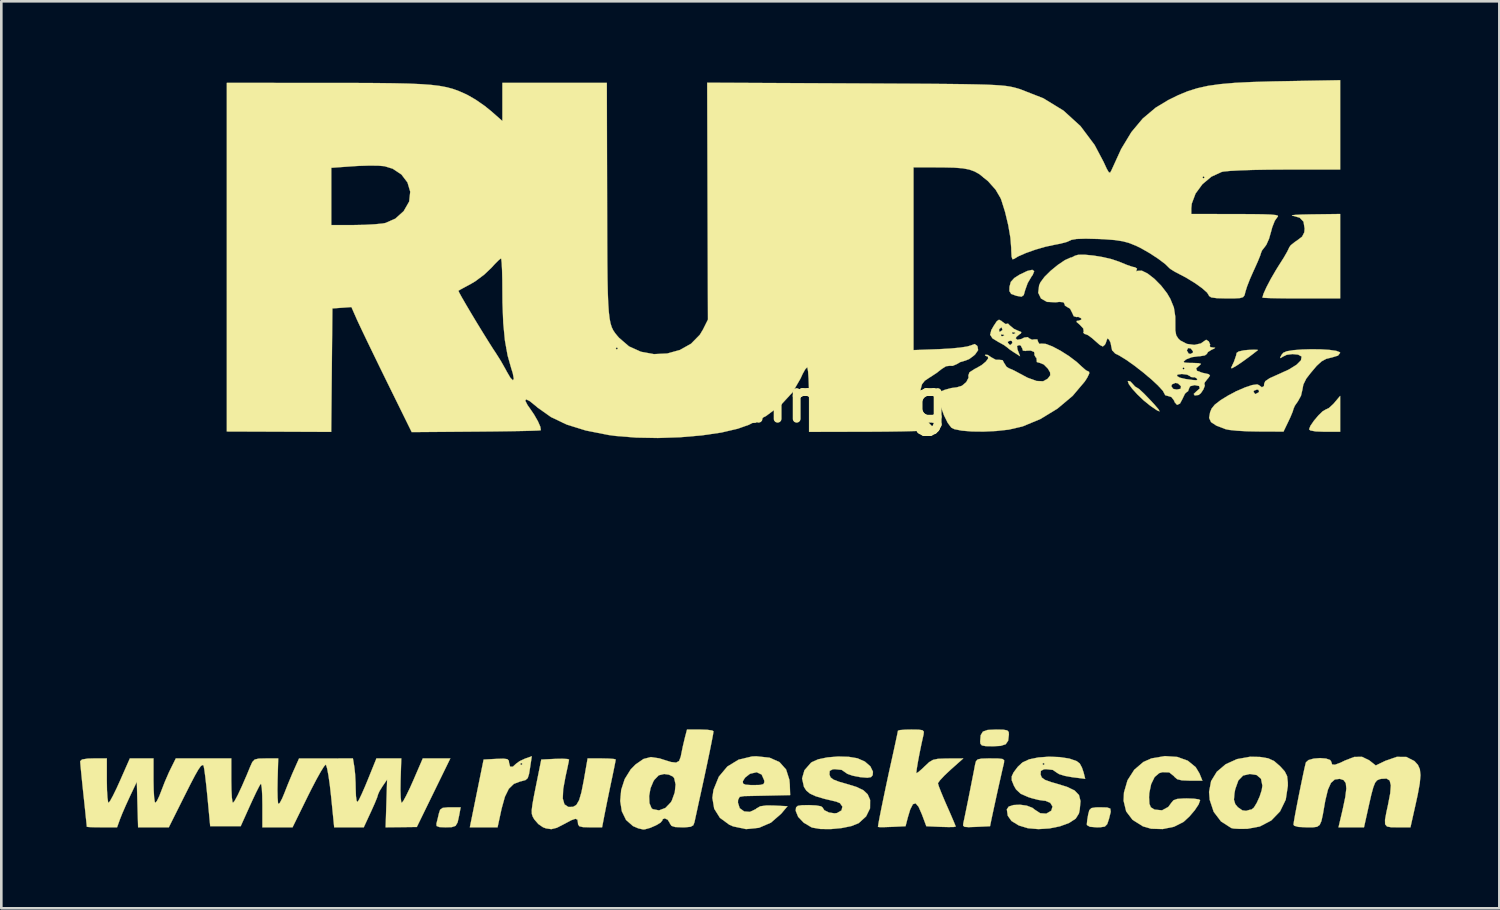
<source format=kicad_pcb>
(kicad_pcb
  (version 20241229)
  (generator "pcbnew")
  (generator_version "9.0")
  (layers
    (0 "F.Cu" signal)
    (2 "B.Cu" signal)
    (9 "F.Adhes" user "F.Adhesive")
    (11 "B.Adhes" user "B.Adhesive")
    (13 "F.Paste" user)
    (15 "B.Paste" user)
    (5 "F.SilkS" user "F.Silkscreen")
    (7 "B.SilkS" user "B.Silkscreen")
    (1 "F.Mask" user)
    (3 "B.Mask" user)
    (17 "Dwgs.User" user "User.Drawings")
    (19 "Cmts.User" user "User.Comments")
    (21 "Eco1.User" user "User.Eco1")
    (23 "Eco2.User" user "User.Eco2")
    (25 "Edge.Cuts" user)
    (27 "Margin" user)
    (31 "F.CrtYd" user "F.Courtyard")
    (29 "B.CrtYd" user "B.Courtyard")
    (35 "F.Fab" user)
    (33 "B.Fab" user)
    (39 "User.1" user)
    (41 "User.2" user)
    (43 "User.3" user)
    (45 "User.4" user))
  (footprint "Mountain_logo"
    (layer "F.Cu")
    (at 26.251 12.215)
    (property "Reference" "Mountain_logo" (at 0 0 0) (layer "F.SilkS") (effects (font (size 1.524 1.524) (thickness 0.3))))
    (attr through_hole)
    (fp_poly (pts (xy 18.61 -1.936) (xy 18.625 -1.926) (xy 18.303 -1.678) (xy 18.016 -1.47) (xy 17.787 -1.317) (xy 17.641 -1.236) (xy 17.601 -1.243) (xy 17.604 -1.249) (xy 17.716 -1.492) (xy 17.796 -1.724) (xy 17.815 -1.82) (xy 17.896 -1.874) (xy 18.094 -1.917) (xy 18.244 -1.932) (xy 18.475 -1.941) (xy 18.61 -1.936)) (stroke (width 0.01) (type solid)) (fill yes) (layer "F.SilkS"))
    (fp_poly (pts (xy 21.759 1.185) (xy 21.167 1.185) (xy 20.825 1.172) (xy 20.624 1.135) (xy 20.574 1.092) (xy 20.627 0.958) (xy 20.759 0.766) (xy 20.927 0.566) (xy 21.09 0.407) (xy 21.205 0.339) (xy 21.209 0.339) (xy 21.331 0.279) (xy 21.495 0.129) (xy 21.54 0.078) (xy 21.759 -0.182) (xy 21.759 1.185)) (stroke (width 0.01) (type solid)) (fill yes) (layer "F.SilkS"))
    (fp_poly (pts (xy -11.809 15.811) (xy -11.866 16.068) (xy -11.943 16.2) (xy -12.088 16.249) (xy -12.33 16.256) (xy -12.564 16.246) (xy -12.667 16.206) (xy -12.674 16.119) (xy -12.671 16.108) (xy -12.622 15.912) (xy -12.579 15.727) (xy -12.531 15.583) (xy -12.435 15.515) (xy -12.241 15.495) (xy -12.139 15.494) (xy -11.75 15.494) (xy -11.809 15.811)) (stroke (width 0.01) (type solid)) (fill yes) (layer "F.SilkS"))
    (fp_poly (pts (xy 8.924 12.536) (xy 9.073 12.562) (xy 9.131 12.624) (xy 9.138 12.721) (xy 9.109 12.956) (xy 9.016 13.091) (xy 8.823 13.153) (xy 8.53 13.168) (xy 8.255 13.163) (xy 8.109 13.136) (xy 8.052 13.071) (xy 8.043 12.984) (xy 8.063 12.747) (xy 8.147 12.609) (xy 8.328 12.546) (xy 8.642 12.531) (xy 8.645 12.531) (xy 8.924 12.536)) (stroke (width 0.01) (type solid)) (fill yes) (layer "F.SilkS"))
    (fp_poly (pts (xy 10.102 -4.935) (xy 10.047 -4.794) (xy 9.999 -4.728) (xy 9.853 -4.479) (xy 9.758 -4.214) (xy 9.704 -4.023) (xy 9.62 -3.961) (xy 9.446 -3.99) (xy 9.414 -3.998) (xy 9.225 -4.067) (xy 9.157 -4.174) (xy 9.16 -4.336) (xy 9.21 -4.525) (xy 9.344 -4.673) (xy 9.551 -4.804) (xy 9.841 -4.942) (xy 10.029 -4.985) (xy 10.102 -4.935)) (stroke (width 0.01) (type solid)) (fill yes) (layer "F.SilkS"))
    (fp_poly (pts (xy 12.881 15.5) (xy 13.002 15.543) (xy 13.018 15.665) (xy 12.958 15.907) (xy 12.95 15.938) (xy 12.884 16.135) (xy 12.794 16.227) (xy 12.622 16.254) (xy 12.484 16.256) (xy 12.226 16.236) (xy 12.114 16.172) (xy 12.107 16.14) (xy 12.123 15.977) (xy 12.16 15.759) (xy 12.203 15.6) (xy 12.283 15.522) (xy 12.45 15.496) (xy 12.626 15.494) (xy 12.881 15.5)) (stroke (width 0.01) (type solid)) (fill yes) (layer "F.SilkS"))
    (fp_poly (pts (xy 13.76 -0.735) (xy 13.838 -0.656) (xy 13.945 -0.537) (xy 13.996 -0.508) (xy 14.097 -0.445) (xy 14.292 -0.263) (xy 14.568 0.024) (xy 14.684 0.15) (xy 14.842 0.335) (xy 14.878 0.409) (xy 14.788 0.373) (xy 14.572 0.227) (xy 14.512 0.184) (xy 14.272 -0.01) (xy 14.039 -0.232) (xy 13.841 -0.449) (xy 13.708 -0.629) (xy 13.669 -0.739) (xy 13.675 -0.75) (xy 13.76 -0.735)) (stroke (width 0.01) (type solid)) (fill yes) (layer "F.SilkS"))
    (fp_poly (pts (xy 21.759 -3.895) (xy 20.278 -3.895) (xy 19.798 -3.896) (xy 19.383 -3.901) (xy 19.06 -3.908) (xy 18.856 -3.918) (xy 18.796 -3.927) (xy 18.838 -4.073) (xy 18.951 -4.322) (xy 19.113 -4.632) (xy 19.305 -4.963) (xy 19.439 -5.178) (xy 19.614 -5.454) (xy 19.744 -5.68) (xy 19.809 -5.815) (xy 19.812 -5.831) (xy 19.878 -5.923) (xy 20.042 -6.053) (xy 20.108 -6.096) (xy 20.309 -6.249) (xy 20.393 -6.414) (xy 20.405 -6.558) (xy 20.363 -6.818) (xy 20.217 -6.971) (xy 19.939 -7.049) (xy 19.92 -7.064) (xy 20.047 -7.078) (xy 20.298 -7.09) (xy 20.651 -7.098) (xy 20.722 -7.099) (xy 21.759 -7.112) (xy 21.759 -3.895)) (stroke (width 0.01) (type solid)) (fill yes) (layer "F.SilkS"))
    (fp_poly (pts (xy 8.738 13.634) (xy 8.898 13.653) (xy 8.957 13.701) (xy 8.952 13.793) (xy 8.942 13.836) (xy 8.9 14.013) (xy 8.833 14.31) (xy 8.749 14.682) (xy 8.66 15.085) (xy 8.576 15.472) (xy 8.505 15.8) (xy 8.48 15.917) (xy 8.419 16.214) (xy 7.89 16.239) (xy 7.602 16.249) (xy 7.449 16.238) (xy 7.393 16.191) (xy 7.401 16.097) (xy 7.408 16.07) (xy 7.442 15.913) (xy 7.5 15.632) (xy 7.574 15.27) (xy 7.654 14.87) (xy 7.732 14.474) (xy 7.801 14.125) (xy 7.85 13.864) (xy 7.85 13.864) (xy 7.883 13.739) (xy 7.949 13.669) (xy 8.09 13.639) (xy 8.348 13.631) (xy 8.443 13.631) (xy 8.738 13.634)) (stroke (width 0.01) (type solid)) (fill yes) (layer "F.SilkS"))
    (fp_poly (pts (xy -9.1 13.95) (xy -9.145 14.226) (xy -9.194 14.38) (xy -9.278 14.455) (xy -9.425 14.496) (xy -9.474 14.506) (xy -9.724 14.601) (xy -9.915 14.787) (xy -10.064 15.091) (xy -10.188 15.537) (xy -10.198 15.582) (xy -10.344 16.256) (xy -11.4 16.256) (xy -11.138 14.965) (xy -10.875 13.674) (xy -10.391 13.648) (xy -10.116 13.64) (xy -9.971 13.659) (xy -9.914 13.718) (xy -9.906 13.796) (xy -9.866 13.946) (xy -9.761 13.945) (xy -9.657 13.85) (xy -9.649 13.843) (xy -9.483 13.843) (xy -9.44 13.885) (xy -9.398 13.843) (xy -9.44 13.801) (xy -9.483 13.843) (xy -9.649 13.843) (xy -9.508 13.737) (xy -9.299 13.639) (xy -9.04 13.549) (xy -9.1 13.95)) (stroke (width 0.01) (type solid)) (fill yes) (layer "F.SilkS"))
    (fp_poly (pts (xy 18.705 13.575) (xy 19.017 13.627) (xy 19.243 13.731) (xy 19.467 13.925) (xy 19.649 14.126) (xy 19.738 14.305) (xy 19.765 14.541) (xy 19.766 14.674) (xy 19.686 15.202) (xy 19.469 15.649) (xy 19.133 15.996) (xy 18.697 16.224) (xy 18.225 16.312) (xy 17.936 16.316) (xy 17.704 16.303) (xy 17.611 16.283) (xy 17.22 16.032) (xy 16.941 15.666) (xy 16.789 15.208) (xy 16.789 15.206) (xy 17.712 15.206) (xy 17.763 15.373) (xy 17.862 15.491) (xy 18.032 15.609) (xy 18.174 15.628) (xy 18.333 15.583) (xy 18.378 15.579) (xy 18.471 15.506) (xy 18.583 15.323) (xy 18.691 15.084) (xy 18.77 14.841) (xy 18.796 14.668) (xy 18.744 14.407) (xy 18.578 14.264) (xy 18.315 14.224) (xy 18.061 14.283) (xy 17.88 14.471) (xy 17.762 14.801) (xy 17.733 14.956) (xy 17.712 15.206) (xy 16.789 15.206) (xy 16.764 14.908) (xy 16.842 14.494) (xy 17.061 14.137) (xy 17.398 13.852) (xy 17.828 13.657) (xy 18.328 13.567) (xy 18.705 13.575)) (stroke (width 0.01) (type solid)) (fill yes) (layer "F.SilkS"))
    (fp_poly (pts (xy 15.553 13.574) (xy 15.953 13.717) (xy 16.255 13.964) (xy 16.399 14.203) (xy 16.51 14.478) (xy 16.023 14.478) (xy 15.726 14.466) (xy 15.549 14.422) (xy 15.444 14.332) (xy 15.429 14.309) (xy 15.247 14.163) (xy 14.985 14.155) (xy 14.863 14.192) (xy 14.69 14.34) (xy 14.558 14.609) (xy 14.486 14.952) (xy 14.478 15.111) (xy 14.491 15.358) (xy 14.546 15.493) (xy 14.67 15.571) (xy 14.695 15.581) (xy 14.973 15.608) (xy 15.211 15.479) (xy 15.326 15.323) (xy 15.408 15.226) (xy 15.552 15.174) (xy 15.805 15.156) (xy 15.92 15.155) (xy 16.187 15.165) (xy 16.37 15.19) (xy 16.425 15.219) (xy 16.367 15.382) (xy 16.218 15.606) (xy 16.016 15.843) (xy 15.799 16.043) (xy 15.789 16.051) (xy 15.43 16.233) (xy 14.996 16.322) (xy 14.556 16.309) (xy 14.247 16.22) (xy 13.85 15.971) (xy 13.606 15.649) (xy 13.508 15.245) (xy 13.522 14.931) (xy 13.657 14.464) (xy 13.913 14.064) (xy 14.261 13.766) (xy 14.568 13.63) (xy 15.082 13.542) (xy 15.553 13.574)) (stroke (width 0.01) (type solid)) (fill yes) (layer "F.SilkS"))
    (fp_poly (pts (xy -6.102 13.637) (xy -5.908 13.652) (xy -5.842 13.671) (xy -5.858 13.766) (xy -5.902 13.988) (xy -5.966 14.299) (xy -6.008 14.497) (xy -6.095 14.913) (xy -6.181 15.332) (xy -6.251 15.683) (xy -6.268 15.769) (xy -6.362 16.256) (xy -6.822 16.256) (xy -7.089 16.248) (xy -7.227 16.216) (xy -7.277 16.144) (xy -7.281 16.087) (xy -7.3 15.964) (xy -7.376 15.93) (xy -7.536 15.985) (xy -7.802 16.128) (xy -8.085 16.273) (xy -8.296 16.326) (xy -8.498 16.296) (xy -8.61 16.255) (xy -8.79 16.131) (xy -8.944 15.954) (xy -9.004 15.851) (xy -9.038 15.745) (xy -9.042 15.602) (xy -9.016 15.388) (xy -8.959 15.07) (xy -8.885 14.7) (xy -8.678 13.674) (xy -8.149 13.648) (xy -7.875 13.643) (xy -7.684 13.653) (xy -7.62 13.674) (xy -7.638 13.776) (xy -7.684 13.997) (xy -7.748 14.289) (xy -7.753 14.308) (xy -7.844 14.805) (xy -7.859 15.16) (xy -7.795 15.38) (xy -7.652 15.477) (xy -7.637 15.479) (xy -7.468 15.477) (xy -7.339 15.399) (xy -7.237 15.222) (xy -7.149 14.923) (xy -7.061 14.478) (xy -7.06 14.472) (xy -6.913 13.631) (xy -6.378 13.631) (xy -6.102 13.637)) (stroke (width 0.01) (type solid)) (fill yes) (layer "F.SilkS"))
    (fp_poly (pts (xy 0.019 13.603) (xy 0.397 13.77) (xy 0.649 14.052) (xy 0.775 14.446) (xy 0.79 14.622) (xy 0.804 15.028) (xy 0.042 15.045) (xy -0.33 15.053) (xy -0.662 15.06) (xy -0.9 15.065) (xy -0.953 15.066) (xy -1.12 15.095) (xy -1.18 15.209) (xy -1.185 15.316) (xy -1.118 15.527) (xy -0.948 15.65) (xy -0.729 15.667) (xy -0.509 15.564) (xy -0.474 15.532) (xy -0.334 15.454) (xy -0.096 15.422) (xy 0.18 15.426) (xy 0.703 15.452) (xy 0.461 15.739) (xy 0.073 16.077) (xy -0.384 16.274) (xy -0.876 16.324) (xy -1.369 16.22) (xy -1.514 16.157) (xy -1.871 15.896) (xy -2.09 15.547) (xy -2.16 15.132) (xy -2.118 14.829) (xy -1.985 14.502) (xy -1 14.502) (xy -0.991 14.588) (xy -0.895 14.632) (xy -0.677 14.647) (xy -0.593 14.647) (xy -0.338 14.641) (xy -0.213 14.609) (xy -0.179 14.535) (xy -0.185 14.465) (xy -0.282 14.246) (xy -0.47 14.157) (xy -0.715 14.213) (xy -0.741 14.227) (xy -0.914 14.363) (xy -1 14.502) (xy -1.985 14.502) (xy -1.914 14.328) (xy -1.589 13.94) (xy -1.161 13.678) (xy -0.648 13.556) (xy -0.484 13.549) (xy 0.019 13.603)) (stroke (width 0.01) (type solid)) (fill yes) (layer "F.SilkS"))
    (fp_poly (pts (xy 5.701 12.535) (xy 5.848 12.557) (xy 5.898 12.612) (xy 5.887 12.715) (xy 5.886 12.721) (xy 5.807 13.075) (xy 5.733 13.437) (xy 5.671 13.766) (xy 5.628 14.024) (xy 5.611 14.172) (xy 5.613 14.193) (xy 5.683 14.155) (xy 5.83 14.028) (xy 5.932 13.929) (xy 6.098 13.774) (xy 6.246 13.686) (xy 6.434 13.646) (xy 6.719 13.635) (xy 6.811 13.634) (xy 7.4 13.631) (xy 6.917 14.061) (xy 6.686 14.278) (xy 6.516 14.459) (xy 6.437 14.569) (xy 6.435 14.579) (xy 6.467 14.69) (xy 6.555 14.917) (xy 6.682 15.222) (xy 6.773 15.43) (xy 6.917 15.757) (xy 7.03 16.021) (xy 7.099 16.189) (xy 7.112 16.228) (xy 7.035 16.243) (xy 6.833 16.246) (xy 6.552 16.239) (xy 5.992 16.214) (xy 5.826 15.769) (xy 5.697 15.474) (xy 5.584 15.342) (xy 5.481 15.375) (xy 5.379 15.574) (xy 5.288 15.875) (xy 5.2 16.214) (xy 4.674 16.239) (xy 4.401 16.248) (xy 4.211 16.248) (xy 4.149 16.239) (xy 4.166 16.123) (xy 4.212 15.873) (xy 4.282 15.521) (xy 4.369 15.099) (xy 4.466 14.637) (xy 4.566 14.168) (xy 4.652 13.78) (xy 4.745 13.359) (xy 4.823 12.999) (xy 4.88 12.732) (xy 4.909 12.589) (xy 4.911 12.574) (xy 4.988 12.551) (xy 5.188 12.535) (xy 5.42 12.531) (xy 5.701 12.535)) (stroke (width 0.01) (type solid)) (fill yes) (layer "F.SilkS"))
    (fp_poly (pts (xy 3.036 13.57) (xy 3.366 13.625) (xy 3.651 13.751) (xy 3.86 13.933) (xy 3.959 14.137) (xy 3.948 14.269) (xy 3.885 14.343) (xy 3.747 14.367) (xy 3.491 14.346) (xy 3.452 14.341) (xy 3.183 14.288) (xy 2.983 14.218) (xy 2.921 14.174) (xy 2.767 14.068) (xy 2.51 14.041) (xy 2.428 14.045) (xy 2.311 14.106) (xy 2.301 14.245) (xy 2.343 14.353) (xy 2.456 14.439) (xy 2.674 14.522) (xy 2.921 14.592) (xy 3.325 14.715) (xy 3.593 14.843) (xy 3.756 14.996) (xy 3.845 15.198) (xy 3.85 15.217) (xy 3.847 15.535) (xy 3.697 15.84) (xy 3.42 16.092) (xy 3.406 16.101) (xy 3.137 16.208) (xy 2.766 16.284) (xy 2.354 16.323) (xy 1.965 16.32) (xy 1.66 16.269) (xy 1.609 16.251) (xy 1.32 16.079) (xy 1.109 15.858) (xy 1.017 15.632) (xy 1.016 15.606) (xy 1.029 15.497) (xy 1.094 15.438) (xy 1.25 15.414) (xy 1.524 15.409) (xy 1.792 15.422) (xy 1.976 15.454) (xy 2.032 15.491) (xy 2.106 15.605) (xy 2.282 15.691) (xy 2.494 15.723) (xy 2.59 15.711) (xy 2.76 15.611) (xy 2.795 15.468) (xy 2.7 15.334) (xy 2.561 15.277) (xy 2.1 15.168) (xy 1.776 15.071) (xy 1.559 14.971) (xy 1.42 14.856) (xy 1.33 14.716) (xy 1.258 14.394) (xy 1.348 14.081) (xy 1.592 13.801) (xy 1.626 13.775) (xy 1.868 13.666) (xy 2.221 13.592) (xy 2.629 13.558) (xy 3.036 13.57)) (stroke (width 0.01) (type solid)) (fill yes) (layer "F.SilkS"))
    (fp_poly (pts (xy 11.07 13.58) (xy 11.438 13.636) (xy 11.719 13.733) (xy 11.837 13.823) (xy 11.922 13.981) (xy 11.985 14.168) (xy 12.045 14.408) (xy 11.547 14.346) (xy 11.265 14.295) (xy 11.049 14.228) (xy 10.965 14.175) (xy 10.812 14.069) (xy 10.556 14.041) (xy 10.472 14.045) (xy 10.355 14.106) (xy 10.345 14.244) (xy 10.39 14.358) (xy 10.513 14.448) (xy 10.75 14.534) (xy 10.909 14.578) (xy 11.35 14.713) (xy 11.642 14.853) (xy 11.808 15.026) (xy 11.866 15.256) (xy 11.838 15.57) (xy 11.807 15.726) (xy 11.684 15.924) (xy 11.43 16.09) (xy 11.083 16.217) (xy 10.682 16.298) (xy 10.262 16.324) (xy 9.862 16.29) (xy 9.519 16.186) (xy 9.517 16.185) (xy 9.237 16.015) (xy 9.095 15.815) (xy 9.059 15.572) (xy 9.132 15.465) (xy 9.317 15.406) (xy 9.562 15.395) (xy 9.818 15.43) (xy 10.033 15.512) (xy 10.118 15.579) (xy 10.33 15.718) (xy 10.563 15.734) (xy 10.753 15.621) (xy 10.8 15.464) (xy 10.715 15.323) (xy 10.53 15.245) (xy 10.461 15.24) (xy 10.272 15.213) (xy 10.005 15.145) (xy 9.873 15.103) (xy 9.587 14.977) (xy 9.411 14.812) (xy 9.331 14.674) (xy 9.246 14.464) (xy 9.246 14.314) (xy 9.316 14.163) (xy 9.48 13.947) (xy 9.593 13.843) (xy 10.414 13.843) (xy 10.456 13.885) (xy 10.499 13.843) (xy 10.456 13.801) (xy 10.414 13.843) (xy 9.593 13.843) (xy 9.658 13.783) (xy 9.91 13.666) (xy 10.26 13.594) (xy 10.662 13.565) (xy 11.07 13.58)) (stroke (width 0.01) (type solid)) (fill yes) (layer "F.SilkS"))
    (fp_poly (pts (xy -2.354 12.54) (xy -2.172 12.565) (xy -2.117 12.594) (xy -2.134 12.717) (xy -2.184 12.981) (xy -2.26 13.359) (xy -2.358 13.829) (xy -2.472 14.364) (xy -2.589 14.901) (xy -2.678 15.304) (xy -2.755 15.661) (xy -2.814 15.931) (xy -2.843 16.066) (xy -2.887 16.179) (xy -2.99 16.236) (xy -3.197 16.255) (xy -3.312 16.256) (xy -3.575 16.245) (xy -3.716 16.201) (xy -3.78 16.107) (xy -3.785 16.087) (xy -3.862 15.967) (xy -3.973 15.914) (xy -4.054 15.948) (xy -4.064 15.992) (xy -4.135 16.078) (xy -4.31 16.181) (xy -4.528 16.276) (xy -4.73 16.332) (xy -4.796 16.337) (xy -4.983 16.295) (xy -5.185 16.208) (xy -5.448 15.976) (xy -5.609 15.646) (xy -5.671 15.252) (xy -5.654 15.065) (xy -4.569 15.065) (xy -4.557 15.335) (xy -4.479 15.524) (xy -4.432 15.564) (xy -4.193 15.61) (xy -3.948 15.517) (xy -3.743 15.303) (xy -3.704 15.236) (xy -3.592 14.924) (xy -3.561 14.623) (xy -3.613 14.388) (xy -3.658 14.326) (xy -3.813 14.25) (xy -3.998 14.224) (xy -4.202 14.273) (xy -4.368 14.444) (xy -4.404 14.499) (xy -4.517 14.768) (xy -4.569 15.065) (xy -5.654 15.065) (xy -5.634 14.831) (xy -5.5 14.418) (xy -5.271 14.049) (xy -5.086 13.861) (xy -4.784 13.652) (xy -4.502 13.579) (xy -4.177 13.629) (xy -4.059 13.667) (xy -3.74 13.767) (xy -3.541 13.79) (xy -3.427 13.726) (xy -3.365 13.566) (xy -3.349 13.483) (xy -3.285 13.17) (xy -3.21 12.854) (xy -3.209 12.848) (xy -3.126 12.531) (xy -2.621 12.531) (xy -2.354 12.54)) (stroke (width 0.01) (type solid)) (fill yes) (layer "F.SilkS"))
    (fp_poly (pts (xy 21.035 -1.954) (xy 21.361 -1.933) (xy 21.611 -1.897) (xy 21.746 -1.846) (xy 21.759 -1.821) (xy 21.678 -1.717) (xy 21.442 -1.645) (xy 21.42 -1.641) (xy 21.224 -1.592) (xy 21.049 -1.495) (xy 20.862 -1.324) (xy 20.633 -1.053) (xy 20.468 -0.839) (xy 20.356 -0.612) (xy 20.32 -0.418) (xy 20.267 -0.188) (xy 20.151 0.023) (xy 20.033 0.193) (xy 19.983 0.307) (xy 19.983 0.31) (xy 19.949 0.421) (xy 19.863 0.629) (xy 19.792 0.78) (xy 19.6 1.179) (xy 18.627 1.175) (xy 18.211 1.167) (xy 17.834 1.146) (xy 17.543 1.116) (xy 17.399 1.088) (xy 17.045 0.953) (xy 16.84 0.818) (xy 16.766 0.657) (xy 16.804 0.441) (xy 16.863 0.299) (xy 16.985 0.15) (xy 17.209 -0.022) (xy 17.499 -0.2) (xy 17.765 -0.339) (xy 18.457 -0.339) (xy 18.518 -0.256) (xy 18.537 -0.254) (xy 18.652 -0.316) (xy 18.669 -0.339) (xy 18.65 -0.411) (xy 18.589 -0.423) (xy 18.473 -0.379) (xy 18.457 -0.339) (xy 17.765 -0.339) (xy 17.818 -0.366) (xy 18.132 -0.503) (xy 18.404 -0.594) (xy 18.599 -0.62) (xy 18.672 -0.587) (xy 18.777 -0.509) (xy 18.857 -0.558) (xy 18.863 -0.643) (xy 18.906 -0.743) (xy 19.079 -0.859) (xy 19.4 -1.002) (xy 19.411 -1.007) (xy 19.808 -1.188) (xy 20.099 -1.369) (xy 20.265 -1.536) (xy 20.289 -1.673) (xy 20.283 -1.685) (xy 20.157 -1.754) (xy 19.945 -1.775) (xy 19.725 -1.748) (xy 19.575 -1.676) (xy 19.49 -1.621) (xy 19.473 -1.64) (xy 19.527 -1.747) (xy 19.594 -1.826) (xy 19.729 -1.883) (xy 19.979 -1.924) (xy 20.305 -1.949) (xy 20.67 -1.959) (xy 21.035 -1.954)) (stroke (width 0.01) (type solid)) (fill yes) (layer "F.SilkS"))
    (fp_poly (pts (xy 22.862 13.7) (xy 22.892 13.723) (xy 23.116 13.899) (xy 23.481 13.723) (xy 23.915 13.572) (xy 24.282 13.575) (xy 24.586 13.73) (xy 24.594 13.737) (xy 24.721 13.876) (xy 24.796 14.044) (xy 24.819 14.27) (xy 24.792 14.583) (xy 24.714 15.011) (xy 24.641 15.346) (xy 24.437 16.256) (xy 23.945 16.256) (xy 23.697 16.253) (xy 23.544 16.224) (xy 23.472 16.14) (xy 23.468 15.97) (xy 23.52 15.684) (xy 23.58 15.409) (xy 23.666 14.962) (xy 23.69 14.657) (xy 23.646 14.475) (xy 23.528 14.398) (xy 23.33 14.408) (xy 23.257 14.424) (xy 23.166 14.465) (xy 23.092 14.555) (xy 23.024 14.724) (xy 22.948 15.002) (xy 22.865 15.364) (xy 22.667 16.256) (xy 21.696 16.256) (xy 21.859 15.559) (xy 21.955 15.101) (xy 21.994 14.78) (xy 21.974 14.573) (xy 21.892 14.457) (xy 21.746 14.41) (xy 21.743 14.409) (xy 21.556 14.433) (xy 21.409 14.563) (xy 21.293 14.821) (xy 21.195 15.223) (xy 21.169 15.367) (xy 21.101 15.76) (xy 21.045 16.016) (xy 20.979 16.165) (xy 20.879 16.235) (xy 20.724 16.256) (xy 20.491 16.256) (xy 20.484 16.256) (xy 20.168 16.241) (xy 20.007 16.195) (xy 19.981 16.15) (xy 19.998 16.03) (xy 20.041 15.783) (xy 20.105 15.447) (xy 20.18 15.063) (xy 20.26 14.669) (xy 20.336 14.302) (xy 20.4 14.004) (xy 20.446 13.811) (xy 20.455 13.78) (xy 20.555 13.691) (xy 20.753 13.637) (xy 20.993 13.618) (xy 21.22 13.636) (xy 21.379 13.692) (xy 21.421 13.758) (xy 21.452 13.86) (xy 21.562 13.871) (xy 21.777 13.791) (xy 21.929 13.716) (xy 22.292 13.575) (xy 22.591 13.57) (xy 22.862 13.7)) (stroke (width 0.01) (type solid)) (fill yes) (layer "F.SilkS"))
    (fp_poly (pts (xy -14.039 14.478) (xy -14.044 14.833) (xy -14.035 15.115) (xy -14.015 15.288) (xy -13.996 15.325) (xy -13.936 15.252) (xy -13.828 15.054) (xy -13.687 14.764) (xy -13.559 14.478) (xy -13.193 13.631) (xy -12.144 13.631) (xy -12.782 14.937) (xy -13.42 16.243) (xy -14.014 16.25) (xy -14.609 16.256) (xy -14.58 15.346) (xy -14.552 14.436) (xy -14.726 14.69) (xy -14.842 14.877) (xy -14.899 15.005) (xy -14.901 15.017) (xy -14.934 15.124) (xy -15.023 15.341) (xy -15.149 15.623) (xy -15.172 15.673) (xy -15.442 16.256) (xy -16.568 16.256) (xy -16.687 15.068) (xy -16.735 14.641) (xy -16.787 14.28) (xy -16.837 14.016) (xy -16.879 13.88) (xy -16.891 13.868) (xy -16.955 13.935) (xy -17.078 14.131) (xy -17.244 14.428) (xy -17.439 14.802) (xy -17.566 15.055) (xy -18.155 16.256) (xy -19.304 16.256) (xy -19.304 15.395) (xy -19.31 15.045) (xy -19.325 14.776) (xy -19.348 14.62) (xy -19.367 14.597) (xy -19.427 14.697) (xy -19.538 14.915) (xy -19.68 15.216) (xy -19.781 15.437) (xy -20.131 16.214) (xy -21.292 16.214) (xy -21.399 15.077) (xy -21.442 14.656) (xy -21.483 14.3) (xy -21.519 14.039) (xy -21.545 13.906) (xy -21.55 13.897) (xy -21.594 13.883) (xy -21.656 13.931) (xy -21.746 14.059) (xy -21.875 14.285) (xy -22.054 14.627) (xy -22.294 15.104) (xy -22.309 15.134) (xy -22.87 16.256) (xy -24.039 16.256) (xy -24.064 15.388) (xy -24.088 14.52) (xy -24.354 15.082) (xy -24.505 15.411) (xy -24.642 15.726) (xy -24.731 15.95) (xy -24.841 16.256) (xy -25.417 16.256) (xy -25.704 16.253) (xy -25.911 16.246) (xy -25.993 16.235) (xy -25.993 16.235) (xy -26.001 16.148) (xy -26.025 15.923) (xy -26.059 15.591) (xy -26.102 15.184) (xy -26.119 15.028) (xy -26.165 14.592) (xy -26.203 14.213) (xy -26.231 13.924) (xy -26.245 13.758) (xy -26.246 13.737) (xy -26.176 13.671) (xy -25.959 13.637) (xy -25.739 13.631) (xy -25.231 13.631) (xy -25.231 14.478) (xy -25.225 14.833) (xy -25.208 15.115) (xy -25.184 15.288) (xy -25.165 15.325) (xy -25.107 15.252) (xy -24.999 15.055) (xy -24.857 14.765) (xy -24.727 14.478) (xy -24.354 13.631) (xy -23.453 13.631) (xy -23.453 14.478) (xy -23.446 14.833) (xy -23.429 15.115) (xy -23.404 15.288) (xy -23.385 15.325) (xy -23.322 15.252) (xy -23.231 15.063) (xy -23.16 14.88) (xy -23.025 14.531) (xy -22.867 14.166) (xy -22.803 14.034) (xy -22.603 13.631) (xy -20.489 13.631) (xy -20.489 14.478) (xy -20.483 14.833) (xy -20.468 15.114) (xy -20.444 15.286) (xy -20.426 15.322) (xy -20.36 15.245) (xy -20.243 15.028) (xy -20.086 14.692) (xy -19.896 14.255) (xy -19.77 13.949) (xy -19.688 13.768) (xy -19.597 13.673) (xy -19.444 13.637) (xy -19.176 13.631) (xy -18.701 13.631) (xy -18.725 14.474) (xy -18.73 14.835) (xy -18.724 15.13) (xy -18.709 15.32) (xy -18.696 15.369) (xy -18.641 15.326) (xy -18.553 15.161) (xy -18.473 14.971) (xy -18.332 14.613) (xy -18.172 14.228) (xy -18.105 14.076) (xy -17.907 13.632) (xy -15.855 13.631) (xy -15.802 13.949) (xy -15.773 14.211) (xy -15.754 14.554) (xy -15.749 14.8) (xy -15.739 15.068) (xy -15.714 15.246) (xy -15.681 15.293) (xy -15.623 15.202) (xy -15.52 14.988) (xy -15.388 14.687) (xy -15.287 14.442) (xy -14.959 13.631) (xy -14.486 13.631) (xy -14.012 13.631) (xy -14.039 14.478)) (stroke (width 0.01) (type solid)) (fill yes) (layer "F.SilkS"))
    (fp_poly (pts (xy 8.853 -3.038) (xy 8.9 -2.997) (xy 9.018 -2.916) (xy 9.062 -2.929) (xy 9.105 -2.937) (xy 9.168 -2.87) (xy 9.33 -2.737) (xy 9.476 -2.669) (xy 9.61 -2.614) (xy 9.595 -2.56) (xy 9.539 -2.526) (xy 9.421 -2.426) (xy 9.398 -2.374) (xy 9.461 -2.319) (xy 9.612 -2.348) (xy 9.725 -2.405) (xy 9.859 -2.42) (xy 9.901 -2.379) (xy 10.02 -2.321) (xy 10.103 -2.335) (xy 10.222 -2.333) (xy 10.245 -2.255) (xy 10.296 -2.162) (xy 10.377 -2.173) (xy 10.541 -2.162) (xy 10.795 -2.066) (xy 11.102 -1.904) (xy 11.423 -1.701) (xy 11.719 -1.477) (xy 11.913 -1.297) (xy 12.07 -1.16) (xy 12.19 -1.101) (xy 12.192 -1.101) (xy 12.201 -1.039) (xy 12.126 -0.881) (xy 12.03 -0.731) (xy 11.567 -0.183) (xy 10.988 0.303) (xy 10.338 0.7) (xy 9.658 0.982) (xy 9.132 1.104) (xy 8.655 1.156) (xy 8.173 1.179) (xy 7.723 1.174) (xy 7.34 1.142) (xy 7.062 1.086) (xy 6.946 1.029) (xy 6.808 0.848) (xy 6.664 0.556) (xy 6.538 0.209) (xy 6.461 -0.095) (xy 6.456 -0.256) (xy 6.55 -0.353) (xy 6.693 -0.412) (xy 6.941 -0.48) (xy 7.153 -0.508) (xy 7.154 -0.508) (xy 7.346 -0.566) (xy 7.512 -0.705) (xy 7.6 -0.871) (xy 7.594 -0.961) (xy 7.636 -1.08) (xy 7.844 -1.214) (xy 7.886 -1.233) (xy 8.097 -1.353) (xy 8.261 -1.489) (xy 8.349 -1.61) (xy 8.336 -1.684) (xy 8.286 -1.693) (xy 8.226 -1.727) (xy 8.24 -1.749) (xy 8.336 -1.741) (xy 8.463 -1.654) (xy 8.641 -1.556) (xy 8.768 -1.556) (xy 8.899 -1.543) (xy 8.948 -1.448) (xy 9.049 -1.289) (xy 9.131 -1.238) (xy 9.333 -1.15) (xy 9.398 -1.115) (xy 9.847 -0.875) (xy 10.19 -0.75) (xy 10.442 -0.739) (xy 10.617 -0.837) (xy 10.62 -0.841) (xy 10.714 -0.966) (xy 10.707 -1.078) (xy 10.623 -1.221) (xy 10.47 -1.377) (xy 10.315 -1.439) (xy 10.202 -1.471) (xy 10.199 -1.518) (xy 10.188 -1.627) (xy 10.16 -1.651) (xy 10.106 -1.747) (xy 10.116 -1.775) (xy 10.097 -1.856) (xy 9.974 -1.907) (xy 9.816 -1.905) (xy 9.779 -1.893) (xy 9.671 -1.907) (xy 9.652 -1.981) (xy 9.589 -2.099) (xy 9.527 -2.117) (xy 9.447 -2.083) (xy 9.465 -1.955) (xy 9.483 -1.904) (xy 9.564 -1.692) (xy 9.333 -1.839) (xy 9.16 -1.956) (xy 9.061 -2.038) (xy 9.059 -2.039) (xy 8.962 -2.111) (xy 8.778 -2.215) (xy 8.747 -2.231) (xy 8.722 -2.246) (xy 9.095 -2.246) (xy 9.102 -2.201) (xy 9.174 -2.121) (xy 9.186 -2.117) (xy 9.254 -2.176) (xy 9.271 -2.201) (xy 9.251 -2.273) (xy 9.186 -2.286) (xy 9.095 -2.246) (xy 8.722 -2.246) (xy 8.513 -2.373) (xy 8.425 -2.509) (xy 8.425 -2.512) (xy 8.834 -2.512) (xy 8.845 -2.461) (xy 8.89 -2.455) (xy 8.96 -2.486) (xy 8.946 -2.512) (xy 8.846 -2.522) (xy 8.834 -2.512) (xy 8.425 -2.512) (xy 8.446 -2.596) (xy 9.257 -2.596) (xy 9.269 -2.546) (xy 9.313 -2.54) (xy 9.383 -2.571) (xy 9.37 -2.596) (xy 9.269 -2.607) (xy 9.257 -2.596) (xy 8.446 -2.596) (xy 8.467 -2.686) (xy 8.48 -2.709) (xy 8.763 -2.709) (xy 8.77 -2.631) (xy 8.8 -2.625) (xy 8.887 -2.686) (xy 8.89 -2.709) (xy 8.861 -2.792) (xy 8.853 -2.794) (xy 8.78 -2.735) (xy 8.763 -2.709) (xy 8.48 -2.709) (xy 8.555 -2.842) (xy 8.677 -3.026) (xy 8.761 -3.084) (xy 8.853 -3.038)) (stroke (width 0.01) (type solid)) (fill yes) (layer "F.SilkS"))
    (fp_poly (pts (xy 12.361 -5.528) (xy 12.718 -5.469) (xy 13.058 -5.389) (xy 13.338 -5.294) (xy 13.349 -5.289) (xy 13.621 -5.177) (xy 13.841 -5.101) (xy 13.943 -5.08) (xy 14.02 -5.032) (xy 14.004 -4.982) (xy 13.994 -4.925) (xy 14.045 -4.947) (xy 14.203 -4.952) (xy 14.423 -4.843) (xy 14.677 -4.646) (xy 14.934 -4.387) (xy 15.162 -4.093) (xy 15.289 -3.878) (xy 15.424 -3.547) (xy 15.477 -3.203) (xy 15.478 -2.973) (xy 15.479 -2.675) (xy 15.513 -2.49) (xy 15.595 -2.362) (xy 15.669 -2.293) (xy 15.919 -2.163) (xy 16.202 -2.124) (xy 16.452 -2.18) (xy 16.538 -2.241) (xy 16.654 -2.32) (xy 16.75 -2.261) (xy 16.755 -2.255) (xy 16.807 -2.132) (xy 16.791 -2.088) (xy 16.813 -2.041) (xy 16.898 -2.027) (xy 16.997 -2.015) (xy 16.947 -1.977) (xy 16.87 -1.945) (xy 16.723 -1.854) (xy 16.679 -1.781) (xy 16.605 -1.724) (xy 16.419 -1.693) (xy 16.362 -1.691) (xy 16.104 -1.656) (xy 15.897 -1.575) (xy 15.88 -1.564) (xy 15.797 -1.49) (xy 15.819 -1.453) (xy 15.97 -1.439) (xy 16.134 -1.437) (xy 16.371 -1.428) (xy 16.457 -1.402) (xy 16.412 -1.352) (xy 16.404 -1.348) (xy 16.271 -1.231) (xy 16.306 -1.136) (xy 16.507 -1.062) (xy 16.556 -1.052) (xy 16.749 -1.009) (xy 16.8 -0.958) (xy 16.734 -0.86) (xy 16.704 -0.828) (xy 16.604 -0.701) (xy 16.586 -0.647) (xy 16.603 -0.569) (xy 16.547 -0.426) (xy 16.452 -0.285) (xy 16.368 -0.217) (xy 16.218 -0.197) (xy 16.18 -0.256) (xy 16.278 -0.349) (xy 16.411 -0.467) (xy 16.384 -0.558) (xy 16.214 -0.593) (xy 16.043 -0.549) (xy 16.002 -0.466) (xy 15.961 -0.353) (xy 15.926 -0.339) (xy 15.848 -0.267) (xy 15.764 -0.095) (xy 15.761 -0.085) (xy 15.656 0.111) (xy 15.545 0.161) (xy 15.453 0.058) (xy 15.434 0) (xy 15.33 -0.138) (xy 15.23 -0.169) (xy 15.098 -0.205) (xy 15.071 -0.25) (xy 15.005 -0.374) (xy 14.845 -0.55) (xy 15.325 -0.55) (xy 15.398 -0.448) (xy 15.534 -0.423) (xy 15.684 -0.453) (xy 15.694 -0.55) (xy 15.578 -0.657) (xy 15.485 -0.677) (xy 15.353 -0.622) (xy 15.325 -0.55) (xy 14.845 -0.55) (xy 14.829 -0.568) (xy 14.573 -0.807) (xy 14.415 -0.94) (xy 15.541 -0.94) (xy 15.649 -0.876) (xy 15.87 -0.824) (xy 15.875 -0.824) (xy 16.144 -0.787) (xy 16.28 -0.779) (xy 16.318 -0.801) (xy 16.297 -0.848) (xy 16.2 -0.899) (xy 16.171 -0.889) (xy 16.068 -0.903) (xy 16.045 -0.93) (xy 15.931 -0.99) (xy 15.73 -1.016) (xy 15.726 -1.016) (xy 15.561 -0.993) (xy 15.541 -0.94) (xy 14.415 -0.94) (xy 14.265 -1.066) (xy 14.058 -1.228) (xy 15.748 -1.228) (xy 15.79 -1.185) (xy 15.833 -1.228) (xy 15.79 -1.27) (xy 15.748 -1.228) (xy 14.058 -1.228) (xy 13.937 -1.322) (xy 13.618 -1.549) (xy 13.338 -1.722) (xy 13.187 -1.796) (xy 13.08 -1.912) (xy 15.917 -1.912) (xy 15.986 -1.795) (xy 16.051 -1.778) (xy 16.15 -1.827) (xy 16.152 -1.879) (xy 16.068 -1.99) (xy 15.966 -2.005) (xy 15.917 -1.912) (xy 13.08 -1.912) (xy 13.069 -1.924) (xy 13.039 -2.067) (xy 13.012 -2.208) (xy 12.954 -2.325) (xy 12.896 -2.375) (xy 12.868 -2.312) (xy 12.826 -2.187) (xy 12.793 -2.128) (xy 12.716 -2.064) (xy 12.604 -2.121) (xy 12.547 -2.17) (xy 12.304 -2.384) (xy 12.146 -2.499) (xy 12.04 -2.539) (xy 12.021 -2.54) (xy 11.971 -2.593) (xy 11.988 -2.636) (xy 11.971 -2.75) (xy 11.844 -2.888) (xy 11.718 -2.997) (xy 11.724 -3.04) (xy 11.795 -3.046) (xy 11.898 -3.086) (xy 11.892 -3.138) (xy 11.776 -3.194) (xy 11.719 -3.184) (xy 11.608 -3.217) (xy 11.549 -3.347) (xy 11.468 -3.505) (xy 11.378 -3.556) (xy 11.272 -3.623) (xy 11.261 -3.675) (xy 11.217 -3.749) (xy 11.062 -3.763) (xy 10.92 -3.748) (xy 10.589 -3.763) (xy 10.361 -3.892) (xy 10.255 -4.11) (xy 10.289 -4.393) (xy 10.34 -4.508) (xy 10.494 -4.716) (xy 10.731 -4.95) (xy 11.005 -5.174) (xy 11.271 -5.353) (xy 11.484 -5.45) (xy 11.529 -5.457) (xy 11.636 -5.512) (xy 11.642 -5.517) (xy 11.778 -5.558) (xy 12.033 -5.56) (xy 12.361 -5.528)) (stroke (width 0.01) (type solid)) (fill yes) (layer "F.SilkS"))
    (fp_poly (pts (xy 21.759 -8.805) (xy 19.664 -8.805) (xy 19.028 -8.801) (xy 18.45 -8.791) (xy 17.956 -8.775) (xy 17.569 -8.754) (xy 17.316 -8.729) (xy 17.249 -8.716) (xy 16.855 -8.535) (xy 16.511 -8.247) (xy 16.249 -7.89) (xy 16.105 -7.506) (xy 16.087 -7.326) (xy 16.087 -7.112) (xy 17.801 -7.109) (xy 18.386 -7.107) (xy 18.818 -7.101) (xy 19.117 -7.09) (xy 19.3 -7.072) (xy 19.385 -7.048) (xy 19.389 -7.014) (xy 19.369 -6.996) (xy 19.268 -6.852) (xy 19.172 -6.608) (xy 19.129 -6.447) (xy 19.049 -6.168) (xy 18.949 -5.943) (xy 18.895 -5.868) (xy 18.781 -5.721) (xy 18.747 -5.636) (xy 18.71 -5.52) (xy 18.618 -5.296) (xy 18.49 -5.01) (xy 18.467 -4.962) (xy 18.326 -4.643) (xy 18.212 -4.351) (xy 18.148 -4.146) (xy 18.146 -4.137) (xy 18.116 -4.016) (xy 18.06 -3.944) (xy 17.942 -3.908) (xy 17.724 -3.896) (xy 17.431 -3.895) (xy 17.064 -3.904) (xy 16.847 -3.934) (xy 16.764 -3.988) (xy 16.762 -4) (xy 16.691 -4.116) (xy 16.504 -4.282) (xy 16.235 -4.475) (xy 15.919 -4.669) (xy 15.675 -4.799) (xy 15.446 -4.92) (xy 15.287 -5.02) (xy 15.249 -5.053) (xy 15.09 -5.209) (xy 14.826 -5.407) (xy 14.506 -5.617) (xy 14.176 -5.806) (xy 13.999 -5.893) (xy 13.738 -6) (xy 13.479 -6.072) (xy 13.173 -6.119) (xy 12.769 -6.15) (xy 12.552 -6.16) (xy 12.065 -6.172) (xy 11.717 -6.161) (xy 11.52 -6.127) (xy 11.491 -6.111) (xy 11.352 -6.05) (xy 11.106 -5.983) (xy 10.877 -5.939) (xy 10.526 -5.864) (xy 10.142 -5.752) (xy 9.777 -5.622) (xy 9.484 -5.493) (xy 9.335 -5.401) (xy 9.274 -5.387) (xy 9.241 -5.486) (xy 9.228 -5.723) (xy 9.227 -5.81) (xy 9.196 -6.206) (xy 9.113 -6.688) (xy 8.993 -7.188) (xy 8.852 -7.637) (xy 8.821 -7.716) (xy 8.633 -8.037) (xy 8.346 -8.36) (xy 8.163 -8.509) (xy 16.51 -8.509) (xy 16.552 -8.467) (xy 16.595 -8.509) (xy 16.552 -8.551) (xy 16.51 -8.509) (xy 8.163 -8.509) (xy 8.018 -8.627) (xy 7.832 -8.732) (xy 7.63 -8.805) (xy 7.382 -8.852) (xy 7.047 -8.878) (xy 6.589 -8.888) (xy 6.498 -8.888) (xy 5.503 -8.89) (xy 5.503 -1.926) (xy 6.498 -1.963) (xy 6.909 -1.986) (xy 7.272 -2.021) (xy 7.545 -2.062) (xy 7.679 -2.101) (xy 7.832 -2.158) (xy 7.923 -2.096) (xy 7.944 -2.061) (xy 7.965 -1.925) (xy 7.856 -1.767) (xy 7.809 -1.722) (xy 7.625 -1.585) (xy 7.468 -1.522) (xy 7.459 -1.521) (xy 7.285 -1.47) (xy 7.167 -1.4) (xy 6.995 -1.325) (xy 6.888 -1.329) (xy 6.742 -1.311) (xy 6.579 -1.208) (xy 6.372 -1.048) (xy 6.128 -0.889) (xy 6.117 -0.883) (xy 5.934 -0.761) (xy 5.827 -0.624) (xy 5.772 -0.422) (xy 5.747 -0.103) (xy 5.746 -0.085) (xy 5.769 0.244) (xy 5.891 0.549) (xy 5.955 0.656) (xy 6.102 0.863) (xy 6.226 0.993) (xy 6.271 1.016) (xy 6.322 1.067) (xy 6.31 1.096) (xy 6.214 1.119) (xy 5.965 1.14) (xy 5.581 1.157) (xy 5.079 1.17) (xy 4.476 1.179) (xy 3.892 1.183) (xy 1.524 1.189) (xy 1.524 -0.041) (xy 1.519 -0.475) (xy 1.506 -0.842) (xy 1.487 -1.112) (xy 1.462 -1.255) (xy 1.451 -1.27) (xy 1.38 -1.198) (xy 1.277 -1.014) (xy 1.202 -0.849) (xy 0.896 -0.319) (xy 0.448 0.166) (xy -0.116 0.586) (xy -0.769 0.919) (xy -1.194 1.069) (xy -1.82 1.215) (xy -2.567 1.324) (xy -3.387 1.394) (xy -4.235 1.422) (xy -5.065 1.407) (xy -5.831 1.346) (xy -6.116 1.308) (xy -6.98 1.137) (xy -7.703 0.913) (xy -8.308 0.625) (xy -8.817 0.265) (xy -8.895 0.197) (xy -9.123 0.014) (xy -9.257 -0.05) (xy -9.287 0.003) (xy -9.202 0.169) (xy -9.128 0.273) (xy -8.951 0.532) (xy -8.806 0.786) (xy -8.715 0.994) (xy -8.696 1.116) (xy -8.706 1.13) (xy -8.802 1.138) (xy -9.046 1.147) (xy -9.415 1.156) (xy -9.888 1.164) (xy -10.443 1.172) (xy -11.058 1.178) (xy -11.189 1.179) (xy -13.615 1.198) (xy -14.553 -0.707) (xy -14.824 -1.26) (xy -15.082 -1.791) (xy -15.314 -2.27) (xy -15.506 -2.671) (xy -15.645 -2.966) (xy -15.702 -3.089) (xy -15.912 -3.566) (xy -16.275 -3.54) (xy -16.637 -3.514) (xy -16.682 1.19) (xy -18.67 1.182) (xy -20.659 1.175) (xy -20.659 -4.188) (xy -11.836 -4.188) (xy -11.804 -4.114) (xy -11.699 -3.924) (xy -11.539 -3.648) (xy -11.341 -3.313) (xy -11.122 -2.949) (xy -10.898 -2.584) (xy -10.688 -2.246) (xy -10.509 -1.964) (xy -10.413 -1.82) (xy -10.223 -1.519) (xy -10.039 -1.195) (xy -10.001 -1.122) (xy -9.854 -0.869) (xy -9.758 -0.775) (xy -9.725 -0.834) (xy -9.763 -1.042) (xy -9.818 -1.217) (xy -9.961 -1.721) (xy -10.009 -1.99) (xy -5.842 -1.99) (xy -5.8 -1.947) (xy -5.757 -1.99) (xy -5.8 -2.032) (xy -5.842 -1.99) (xy -10.009 -1.99) (xy -10.063 -2.29) (xy -10.127 -2.954) (xy -10.157 -3.743) (xy -10.16 -4.144) (xy -10.163 -4.587) (xy -10.172 -4.963) (xy -10.186 -5.243) (xy -10.203 -5.397) (xy -10.213 -5.419) (xy -10.293 -5.36) (xy -10.445 -5.209) (xy -10.585 -5.056) (xy -10.852 -4.803) (xy -11.179 -4.558) (xy -11.358 -4.45) (xy -11.601 -4.319) (xy -11.775 -4.224) (xy -11.836 -4.188) (xy -20.659 -4.188) (xy -20.659 -8.872) (xy -16.679 -8.872) (xy -16.679 -6.689) (xy -15.812 -6.691) (xy -15.404 -6.699) (xy -15.024 -6.72) (xy -14.727 -6.749) (xy -14.617 -6.769) (xy -14.238 -6.935) (xy -13.92 -7.222) (xy -13.715 -7.58) (xy -13.711 -7.592) (xy -13.671 -7.961) (xy -13.776 -8.313) (xy -14.006 -8.616) (xy -14.338 -8.837) (xy -14.651 -8.933) (xy -14.891 -8.953) (xy -15.24 -8.956) (xy -15.641 -8.944) (xy -15.84 -8.932) (xy -16.679 -8.872) (xy -20.659 -8.872) (xy -20.659 -12.107) (xy -16.828 -12.106) (xy -15.842 -12.105) (xy -15.009 -12.101) (xy -14.312 -12.093) (xy -13.734 -12.08) (xy -13.259 -12.059) (xy -12.868 -12.03) (xy -12.547 -11.991) (xy -12.277 -11.94) (xy -12.043 -11.877) (xy -11.828 -11.799) (xy -11.614 -11.706) (xy -11.471 -11.637) (xy -11.172 -11.464) (xy -10.836 -11.23) (xy -10.602 -11.042) (xy -10.16 -10.655) (xy -10.16 -12.107) (xy -6.181 -12.107) (xy -6.171 -7.938) (xy -6.169 -6.891) (xy -6.166 -6) (xy -6.162 -5.251) (xy -6.155 -4.629) (xy -6.144 -4.121) (xy -6.128 -3.712) (xy -6.106 -3.389) (xy -6.077 -3.138) (xy -6.04 -2.945) (xy -5.993 -2.796) (xy -5.935 -2.676) (xy -5.865 -2.573) (xy -5.783 -2.472) (xy -5.714 -2.393) (xy -5.336 -2.068) (xy -4.882 -1.863) (xy -4.386 -1.773) (xy -3.88 -1.797) (xy -3.399 -1.93) (xy -2.973 -2.169) (xy -2.637 -2.511) (xy -2.518 -2.709) (xy -2.328 -3.09) (xy -2.343 -7.602) (xy -2.357 -12.114) (xy 3.288 -12.087) (xy 4.403 -12.081) (xy 5.363 -12.076) (xy 6.18 -12.071) (xy 6.867 -12.065) (xy 7.439 -12.058) (xy 7.908 -12.049) (xy 8.287 -12.039) (xy 8.591 -12.025) (xy 8.832 -12.009) (xy 9.024 -11.99) (xy 9.18 -11.966) (xy 9.313 -11.938) (xy 9.437 -11.905) (xy 9.565 -11.867) (xy 9.567 -11.866) (xy 10.451 -11.52) (xy 11.216 -11.052) (xy 11.866 -10.46) (xy 12.403 -9.743) (xy 12.747 -9.093) (xy 12.869 -8.829) (xy 12.945 -8.701) (xy 12.996 -8.688) (xy 13.043 -8.771) (xy 13.058 -8.805) (xy 13.417 -9.591) (xy 13.804 -10.23) (xy 14.235 -10.746) (xy 14.73 -11.163) (xy 15.207 -11.451) (xy 15.583 -11.636) (xy 15.944 -11.786) (xy 16.316 -11.903) (xy 16.723 -11.994) (xy 17.19 -12.06) (xy 17.744 -12.108) (xy 18.408 -12.141) (xy 19.209 -12.164) (xy 19.494 -12.169) (xy 21.759 -12.21) (xy 21.759 -8.805)) (stroke (width 0.01) (type solid)) (fill yes) (layer "F.SilkS")))
  (gr_rect
    (start -3 -3)
    (end 54.075 31.557)
    (stroke (width 0.1) (type default))
    (fill no)
    (layer "Edge.Cuts")))
</source>
